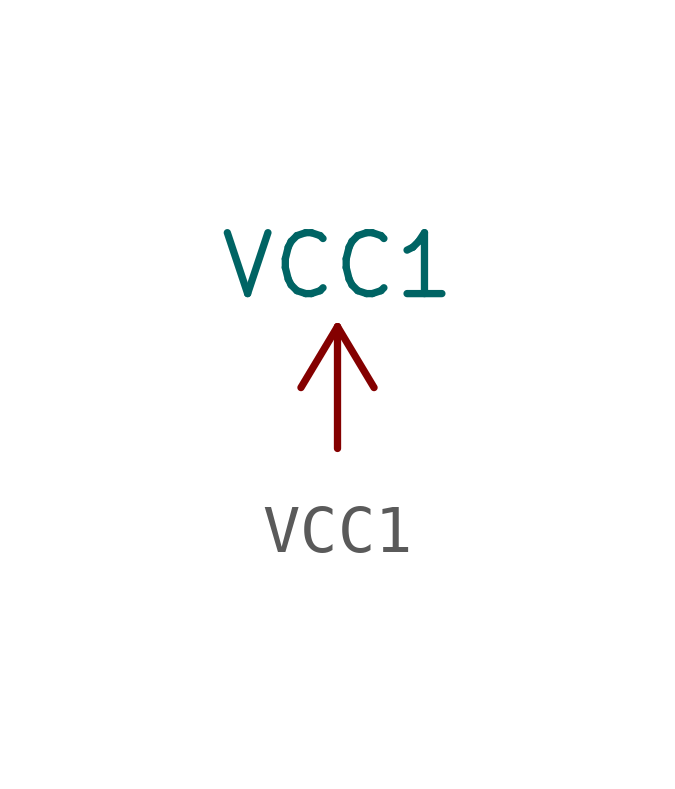
<source format=kicad_sym>
(kicad_symbol_lib
  (version 20211014)
  (generator kicad_symbol_editor)
  (symbol "VCC1"
    (power)
    (pin_names
      (offset 0))
    (property "Reference" "#PWR"
      (at 0 -3.81 0)
      (effects (font (size 1.27 1.27)) hide))
    (property "Value" "VCC1"
      (at 0 3.81 0)
      (effects (font (size 1.27 1.27))))
    (symbol "VCC1_0_1"
      (polyline (pts (xy -0.762 1.27) (xy 0 2.54)) (stroke (width 0) (type default) (color 0 0 0 0)) (fill (type none)))
      (polyline (pts (xy 0 0) (xy 0 2.54)) (stroke (width 0) (type default) (color 0 0 0 0)) (fill (type none)))
      (polyline (pts (xy 0 2.54) (xy 0.762 1.27)) (stroke (width 0) (type default) (color 0 0 0 0)) (fill (type none))))
    (symbol "VCC1_1_1"
      (pin power_in line (at 0 0 90) (length 0) hide (name "VCC1" (effects (font (size 1.27 1.27)))) (number "1" (effects (font (size 1.27 1.27))))))))
</source>
